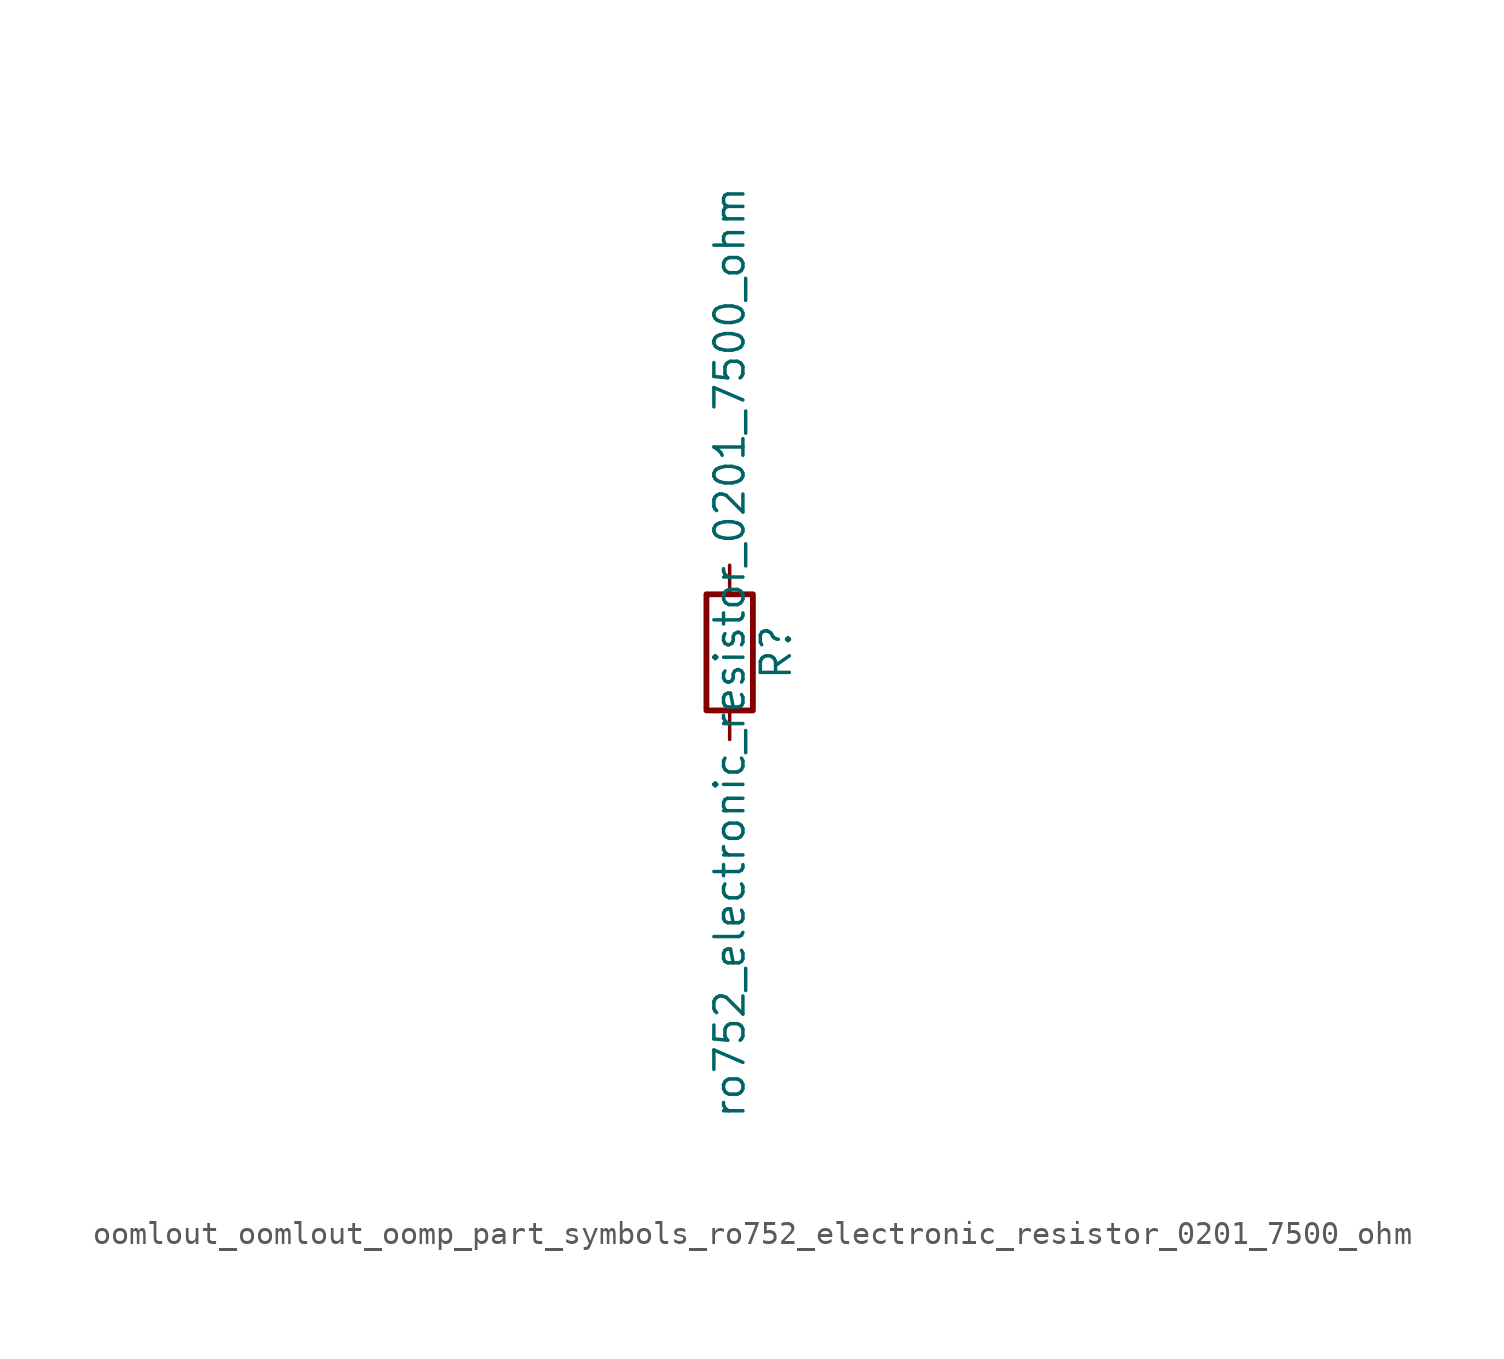
<source format=kicad_sym>
(kicad_symbol_lib
  (version 20220914)
  (generator kicad_symbol_editor)
  (symbol "oomlout_oomlout_oomp_part_symbols_ro752_electronic_resistor_0201_7500_ohm"
    (pin_numbers hide)
    (pin_names
      (offset 0))
    (property "Reference" "R"
      (at 2.032 0 90)
      (effects (font (size 1.27 1.27))))
    (property "Value" "ro752_electronic_resistor_0201_7500_ohm"
      (at 0 0 90)
      (effects (font (size 1.27 1.27))))
    (symbol "oomlout_oomlout_oomp_part_symbols_ro752_electronic_resistor_0201_7500_ohm_0_1"
      (rectangle (start -1.016 -2.54) (end 1.016 2.54) (stroke (width 0.254) (type default)) (fill (type none))))
    (symbol "oomlout_oomlout_oomp_part_symbols_ro752_electronic_resistor_0201_7500_ohm_1_1"
      (pin passive line (at 0 3.81 270) (length 1.27) (name "~" (effects (font (size 1.27 1.27)))) (number "1" (effects (font (size 1.27 1.27)))))
      (pin passive line (at 0 -3.81 90) (length 1.27) (name "~" (effects (font (size 1.27 1.27)))) (number "2" (effects (font (size 1.27 1.27))))))))
</source>
